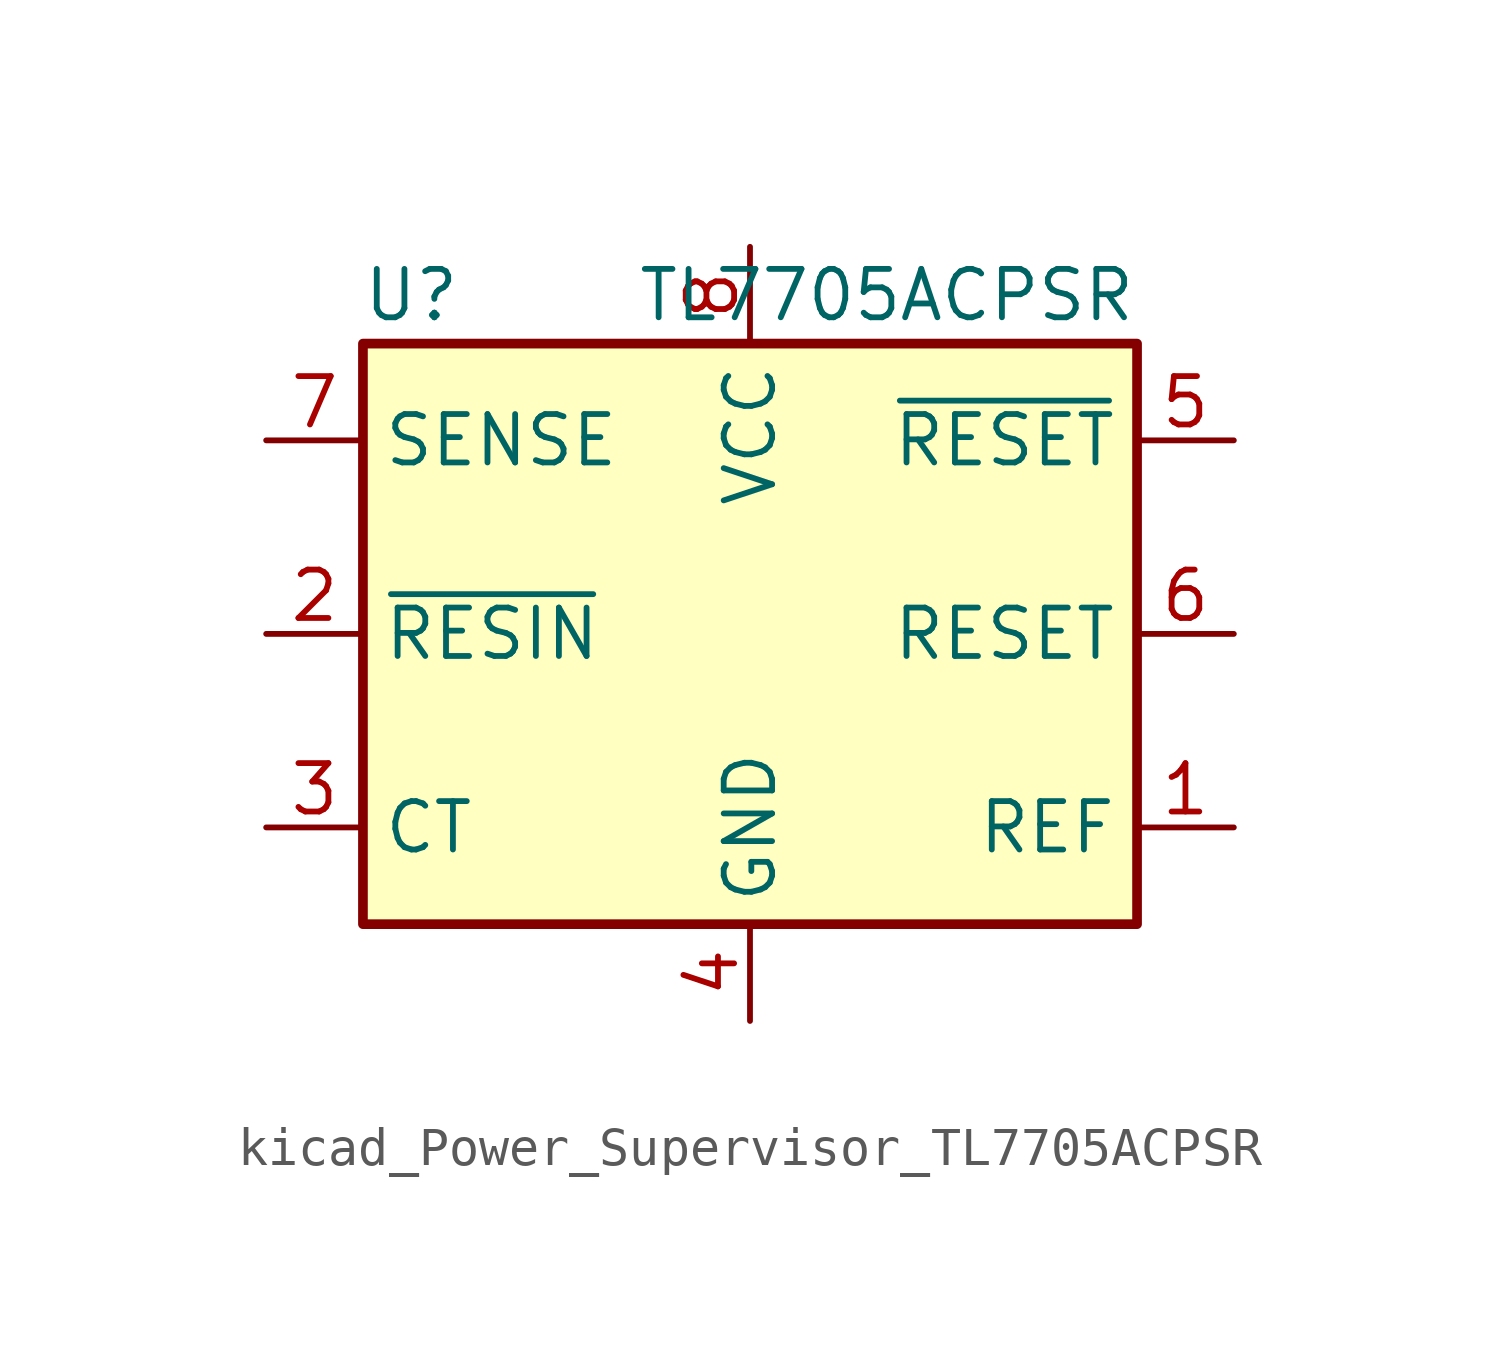
<source format=kicad_sym>
(kicad_symbol_lib
  (version 20220914)
  (generator kicad_symbol_editor)
  (symbol "kicad_Power_Supervisor_TL7705ACPSR"
    (property "Reference" "U"
      (at -8.89 8.89 0)
      (effects (font (size 1.27 1.27))))
    (property "Value" "TL7705ACPSR"
      (at 10.16 8.89 0)
      (effects (font (size 1.27 1.27)) (justify right)))
    (symbol "kicad_Power_Supervisor_TL7705ACPSR_0_1"
      (rectangle (start -10.16 7.62) (end 10.16 -7.62) (stroke (width 0.254) (type default)) (fill (type background))))
    (symbol "kicad_Power_Supervisor_TL7705ACPSR_1_1"
      (pin output line (at 12.7 -5.08 180) (length 2.54) (name "REF" (effects (font (size 1.27 1.27)))) (number "1" (effects (font (size 1.27 1.27)))))
      (pin input line (at -12.7 0 0) (length 2.54) (name "~{RESIN}" (effects (font (size 1.27 1.27)))) (number "2" (effects (font (size 1.27 1.27)))))
      (pin passive line (at -12.7 -5.08 0) (length 2.54) (name "CT" (effects (font (size 1.27 1.27)))) (number "3" (effects (font (size 1.27 1.27)))))
      (pin power_in line (at 0 -10.16 90) (length 2.54) (name "GND" (effects (font (size 1.27 1.27)))) (number "4" (effects (font (size 1.27 1.27)))))
      (pin open_collector line (at 12.7 5.08 180) (length 2.54) (name "~{RESET}" (effects (font (size 1.27 1.27)))) (number "5" (effects (font (size 1.27 1.27)))))
      (pin open_collector line (at 12.7 0 180) (length 2.54) (name "RESET" (effects (font (size 1.27 1.27)))) (number "6" (effects (font (size 1.27 1.27)))))
      (pin input line (at -12.7 5.08 0) (length 2.54) (name "SENSE" (effects (font (size 1.27 1.27)))) (number "7" (effects (font (size 1.27 1.27)))))
      (pin power_in line (at 0 10.16 270) (length 2.54) (name "VCC" (effects (font (size 1.27 1.27)))) (number "8" (effects (font (size 1.27 1.27))))))))
</source>
